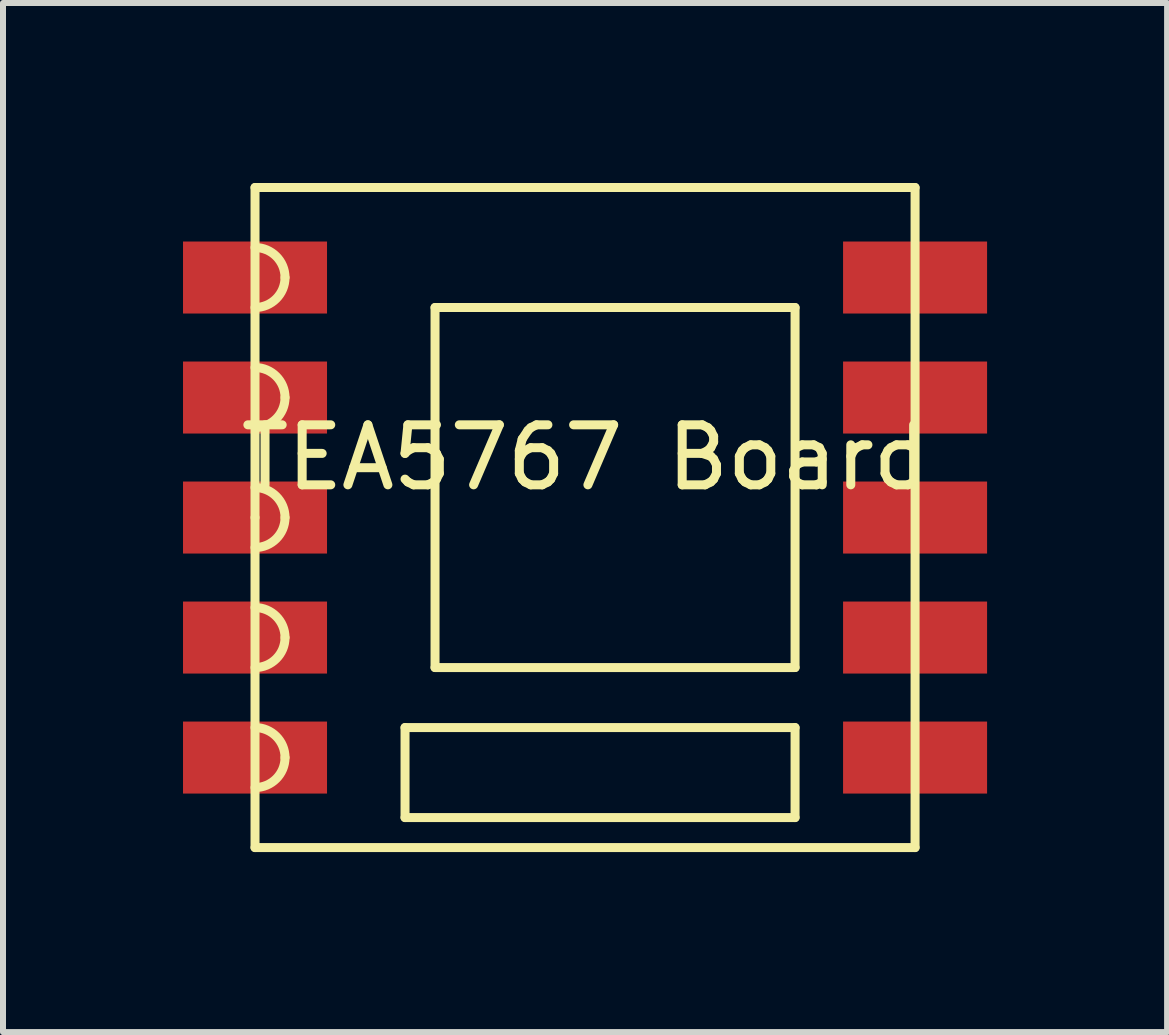
<source format=kicad_pcb>
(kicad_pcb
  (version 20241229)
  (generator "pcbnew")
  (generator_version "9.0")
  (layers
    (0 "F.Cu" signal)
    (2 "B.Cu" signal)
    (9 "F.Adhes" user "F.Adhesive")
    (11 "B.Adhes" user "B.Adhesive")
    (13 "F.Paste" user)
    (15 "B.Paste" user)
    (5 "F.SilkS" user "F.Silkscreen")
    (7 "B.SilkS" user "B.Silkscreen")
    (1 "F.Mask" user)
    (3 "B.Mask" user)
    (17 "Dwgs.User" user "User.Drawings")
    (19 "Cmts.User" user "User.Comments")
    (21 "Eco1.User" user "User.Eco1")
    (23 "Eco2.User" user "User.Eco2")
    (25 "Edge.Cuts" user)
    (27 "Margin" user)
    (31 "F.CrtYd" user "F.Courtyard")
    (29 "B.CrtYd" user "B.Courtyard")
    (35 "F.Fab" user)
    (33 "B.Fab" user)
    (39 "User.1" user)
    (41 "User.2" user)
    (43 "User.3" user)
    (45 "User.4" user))
  (footprint "TEA5767 Board"
    (layer "F.Cu")
    (at 6.7 5.575)
    (property "Reference" "TEA5767 Board" (at 0 -1 0) (layer "F.SilkS") (effects (font (size 1 1) (thickness 0.15))))
    (attr through_hole)
    (fp_line (start -5.5 -5.5) (end 5.5 -5.5) (stroke (width 0.15) (type solid)) (layer "F.SilkS"))
    (fp_line (start -5.5 0) (end -5.5 -5.5) (stroke (width 0.15) (type solid)) (layer "F.SilkS"))
    (fp_line (start -5.5 5.5) (end -5.5 0) (stroke (width 0.15) (type solid)) (layer "F.SilkS"))
    (fp_line (start -3 3.5) (end -3 5) (stroke (width 0.15) (type solid)) (layer "F.SilkS"))
    (fp_line (start -3 5) (end 3.5 5) (stroke (width 0.15) (type solid)) (layer "F.SilkS"))
    (fp_line (start -2.5 -3.5) (end -2.5 2.5) (stroke (width 0.15) (type solid)) (layer "F.SilkS"))
    (fp_line (start -2.5 2.5) (end 3.5 2.5) (stroke (width 0.15) (type solid)) (layer "F.SilkS"))
    (fp_line (start 3.5 -3.5) (end -2.5 -3.5) (stroke (width 0.15) (type solid)) (layer "F.SilkS"))
    (fp_line (start 3.5 2.5) (end 3.5 -3.5) (stroke (width 0.15) (type solid)) (layer "F.SilkS"))
    (fp_line (start 3.5 3.5) (end -3 3.5) (stroke (width 0.15) (type solid)) (layer "F.SilkS"))
    (fp_line (start 3.5 5) (end 3.5 3.5) (stroke (width 0.15) (type solid)) (layer "F.SilkS"))
    (fp_line (start 5.5 -5.5) (end 5.5 5.5) (stroke (width 0.15) (type solid)) (layer "F.SilkS"))
    (fp_line (start 5.5 5.5) (end -5.5 5.5) (stroke (width 0.15) (type solid)) (layer "F.SilkS"))
    (fp_arc (start -5.5 -4.5) (mid -5.146447 -4.353553) (end -5 -4) (stroke (width 0.15) (type solid)) (layer "F.SilkS"))
    (fp_arc (start -5.5 -2.5) (mid -5.146447 -2.353553) (end -5 -2) (stroke (width 0.15) (type solid)) (layer "F.SilkS"))
    (fp_arc (start -5.5 -0.5) (mid -5.146447 -0.353553) (end -5 0) (stroke (width 0.15) (type solid)) (layer "F.SilkS"))
    (fp_arc (start -5.5 1.5) (mid -5.146447 1.646447) (end -5 2) (stroke (width 0.15) (type solid)) (layer "F.SilkS"))
    (fp_arc (start -5.5 3.5) (mid -5.146447 3.646447) (end -5 4) (stroke (width 0.15) (type solid)) (layer "F.SilkS"))
    (fp_arc (start -5 -4) (mid -5.146447 -3.646447) (end -5.5 -3.5) (stroke (width 0.15) (type solid)) (layer "F.SilkS"))
    (fp_arc (start -5 -2) (mid -5.146447 -1.646447) (end -5.5 -1.5) (stroke (width 0.15) (type solid)) (layer "F.SilkS"))
    (fp_arc (start -5 0) (mid -5.146447 0.353553) (end -5.5 0.5) (stroke (width 0.15) (type solid)) (layer "F.SilkS"))
    (fp_arc (start -5 2) (mid -5.146447 2.353553) (end -5.5 2.5) (stroke (width 0.15) (type solid)) (layer "F.SilkS"))
    (fp_arc (start -5 4) (mid -5.146447 4.353553) (end -5.5 4.5) (stroke (width 0.15) (type solid)) (layer "F.SilkS"))
    (pad "1" smd rect (at -5.5 -4) (size 2.4 1.2) (layers "F.Cu" "F.Mask" "F.Paste"))
    (pad "2" smd rect (at -5.5 -2) (size 2.4 1.2) (layers "F.Cu" "F.Mask" "F.Paste"))
    (pad "3" smd rect (at -5.5 0) (size 2.4 1.2) (layers "F.Cu" "F.Mask" "F.Paste"))
    (pad "4" smd rect (at -5.5 2) (size 2.4 1.2) (layers "F.Cu" "F.Mask" "F.Paste"))
    (pad "5" smd rect (at -5.5 4) (size 2.4 1.2) (layers "F.Cu" "F.Mask" "F.Paste"))
    (pad "6" smd rect (at 5.5 4) (size 2.4 1.2) (layers "F.Cu" "F.Mask" "F.Paste"))
    (pad "7" smd rect (at 5.5 2) (size 2.4 1.2) (layers "F.Cu" "F.Mask" "F.Paste"))
    (pad "8" smd rect (at 5.5 0) (size 2.4 1.2) (layers "F.Cu" "F.Mask" "F.Paste"))
    (pad "9" smd rect (at 5.5 -2) (size 2.4 1.2) (layers "F.Cu" "F.Mask" "F.Paste"))
    (pad "10" smd rect (at 5.5 -4) (size 2.4 1.2) (layers "F.Cu" "F.Mask" "F.Paste")))
  (gr_rect
    (start -3 -3)
    (end 16.4 14.15)
    (stroke (width 0.1) (type default))
    (fill no)
    (layer "Edge.Cuts")))
</source>
